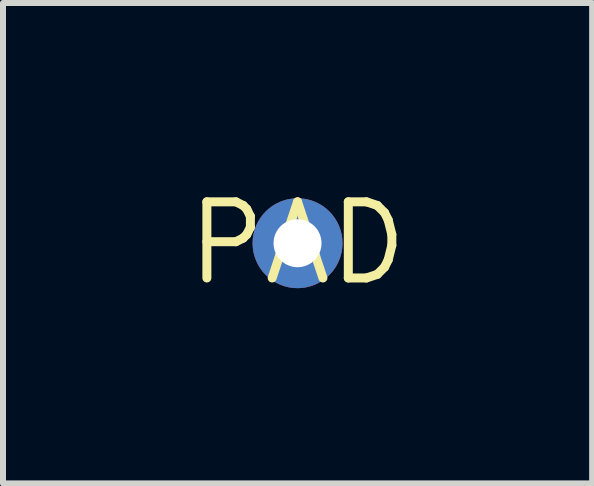
<source format=kicad_pcb>
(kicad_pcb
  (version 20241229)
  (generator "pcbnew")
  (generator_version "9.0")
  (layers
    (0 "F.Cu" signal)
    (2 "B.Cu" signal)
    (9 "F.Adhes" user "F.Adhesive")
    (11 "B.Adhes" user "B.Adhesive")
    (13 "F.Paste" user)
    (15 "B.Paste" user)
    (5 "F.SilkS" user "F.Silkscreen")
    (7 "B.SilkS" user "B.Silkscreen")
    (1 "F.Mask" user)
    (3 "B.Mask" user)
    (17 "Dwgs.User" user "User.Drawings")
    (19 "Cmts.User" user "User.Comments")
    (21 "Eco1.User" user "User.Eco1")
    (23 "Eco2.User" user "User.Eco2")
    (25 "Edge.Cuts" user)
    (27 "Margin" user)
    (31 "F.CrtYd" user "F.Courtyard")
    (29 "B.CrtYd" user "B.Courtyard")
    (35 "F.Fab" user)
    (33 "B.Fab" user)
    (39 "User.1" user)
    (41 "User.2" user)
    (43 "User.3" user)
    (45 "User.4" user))
  (footprint "PAD"
    (layer "F.Cu")
    (at 1.912 1.006)
    (property "Reference" "PAD" (at 0 0 0) (layer "F.SilkS") (effects (font (size 1.27 1.27) (thickness 0.15))))
    (attr through_hole)
    (pad "1" thru_hole circle (at 0 0) (size 1.5 1.5) (drill 0.8) (layers "*.Cu" "*.Mask")))
  (gr_rect
    (start -3 -3)
    (end 6.825 5.012)
    (stroke (width 0.1) (type default))
    (fill no)
    (layer "Edge.Cuts")))
</source>
